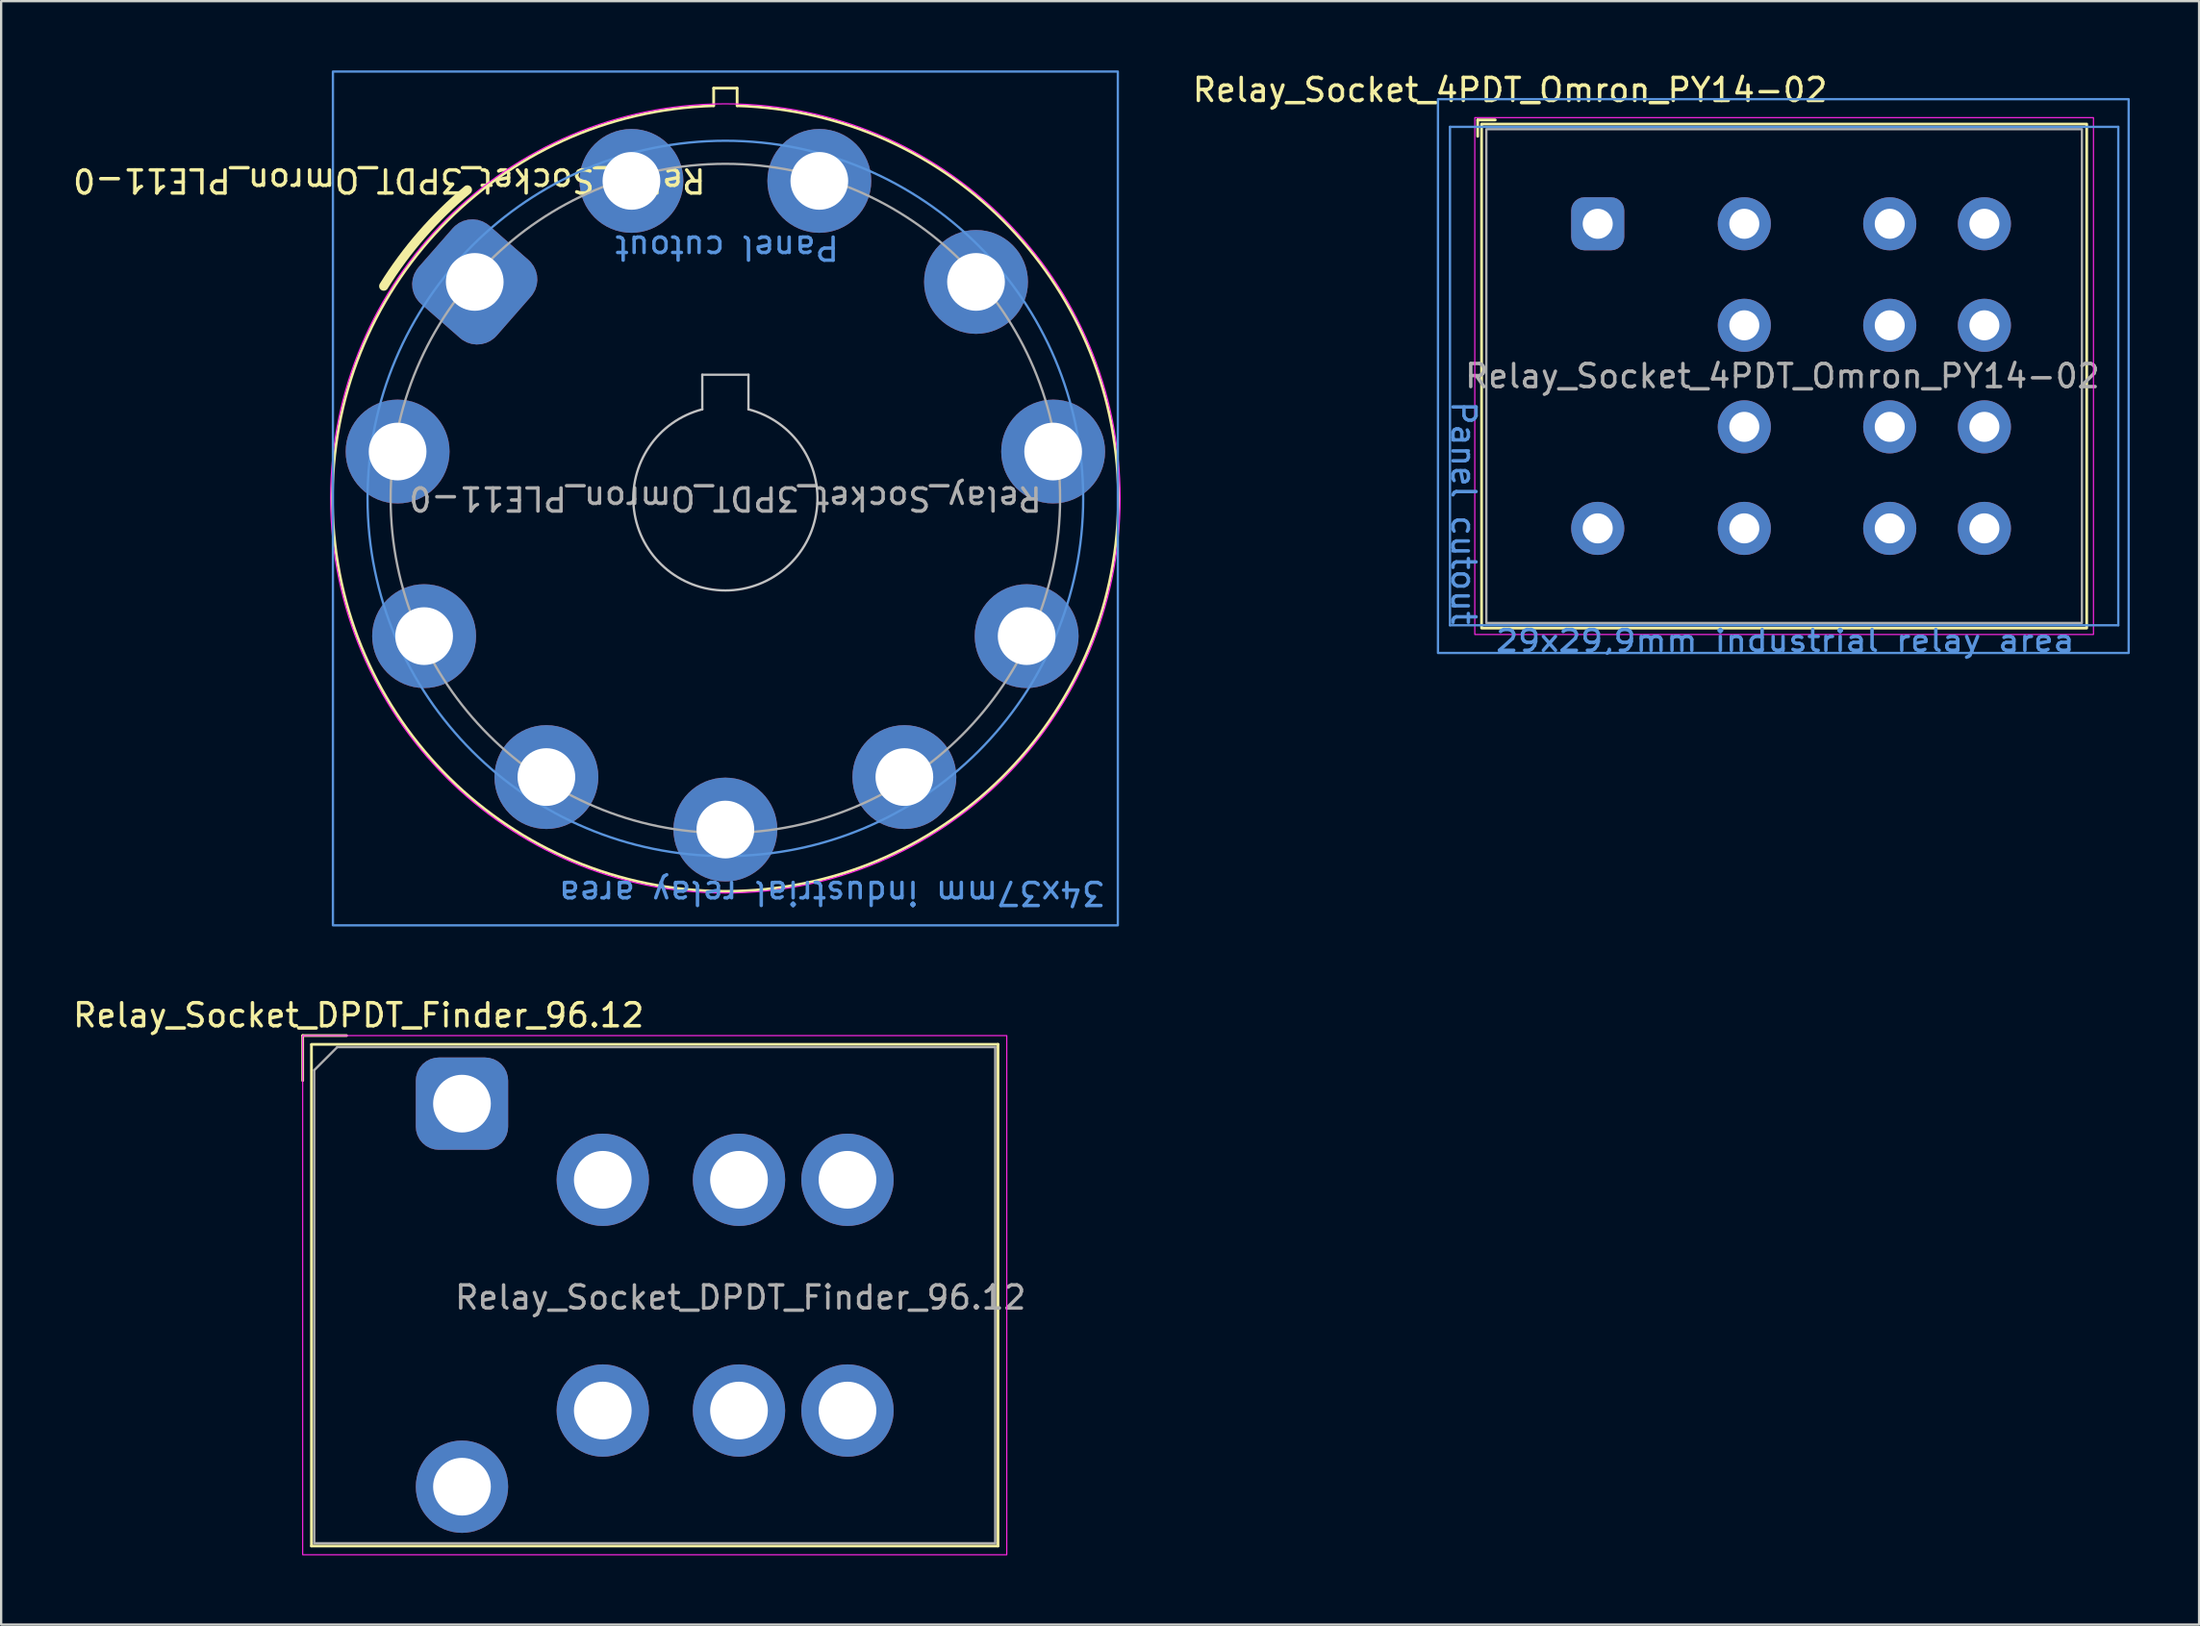
<source format=kicad_pcb>
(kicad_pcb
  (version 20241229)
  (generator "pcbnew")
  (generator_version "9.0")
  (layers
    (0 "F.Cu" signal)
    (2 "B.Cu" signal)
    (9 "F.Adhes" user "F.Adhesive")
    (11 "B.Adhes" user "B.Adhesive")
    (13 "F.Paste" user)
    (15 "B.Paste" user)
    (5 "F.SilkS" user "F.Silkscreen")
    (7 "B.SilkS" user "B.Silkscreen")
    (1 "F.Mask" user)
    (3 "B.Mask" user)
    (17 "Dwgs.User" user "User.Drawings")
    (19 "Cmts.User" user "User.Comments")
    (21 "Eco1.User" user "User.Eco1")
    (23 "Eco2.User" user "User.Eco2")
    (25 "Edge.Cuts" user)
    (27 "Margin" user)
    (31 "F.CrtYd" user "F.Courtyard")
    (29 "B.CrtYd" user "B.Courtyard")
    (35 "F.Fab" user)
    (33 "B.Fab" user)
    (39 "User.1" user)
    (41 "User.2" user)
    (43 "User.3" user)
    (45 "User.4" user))
  (footprint "Relay_Socket_DPDT_Finder_96.12"
    (layer "F.Cu")
    (at 16.962 44.778)
    (property "Reference" "Relay_Socket_DPDT_Finder_96.12" (at -4.48 -3.83 180) (layer "F.SilkS") (effects (font (size 1 1) (thickness 0.15))))
    (attr through_hole)
    (fp_line (start -6.9 -2.95) (end -5 -2.95) (stroke (width 0.12) (type solid)) (layer "F.SilkS"))
    (fp_line (start -6.9 -1) (end -6.9 -2.95) (stroke (width 0.12) (type solid)) (layer "F.SilkS"))
    (fp_line (start -6.52 -2.57) (end 23.22 -2.57) (stroke (width 0.12) (type solid)) (layer "F.SilkS"))
    (fp_line (start -6.52 -2.55) (end -6.52 19.17) (stroke (width 0.12) (type solid)) (layer "F.SilkS"))
    (fp_line (start -6.52 19.17) (end 23.22 19.17) (stroke (width 0.12) (type solid)) (layer "F.SilkS"))
    (fp_line (start 23.22 -2.57) (end 23.22 19.17) (stroke (width 0.12) (type solid)) (layer "F.SilkS"))
    (fp_rect (start -6.9 -2.95) (end 23.6 19.55) (stroke (width 0.05) (type default)) (fill no) (layer "F.CrtYd"))
    (fp_line (start -6.4 -1.45) (end -6.4 19.05) (stroke (width 0.1) (type solid)) (layer "F.Fab"))
    (fp_line (start -6.4 -1.45) (end -5.4 -2.45) (stroke (width 0.1) (type solid)) (layer "F.Fab"))
    (fp_line (start -5.4 -2.45) (end 23.1 -2.45) (stroke (width 0.1) (type solid)) (layer "F.Fab"))
    (fp_line (start 23.1 -2.45) (end 23.1 19.05) (stroke (width 0.1) (type solid)) (layer "F.Fab"))
    (fp_line (start 23.1 19.05) (end -6.4 19.05) (stroke (width 0.1) (type solid)) (layer "F.Fab"))
    (fp_text user "${REFERENCE}" (at 12.065 8.4 0) (layer "F.Fab") (effects (font (size 1 1) (thickness 0.15))))
    (pad "11" thru_hole circle (at 6.1 3.3) (size 4 4) (drill 2.5) (layers "*.Cu" "*.Mask"))
    (pad "12" thru_hole circle (at 16.7 3.3) (size 4 4) (drill 2.5) (layers "*.Cu" "*.Mask"))
    (pad "14" thru_hole circle (at 12 3.3) (size 4 4) (drill 2.5) (layers "*.Cu" "*.Mask"))
    (pad "21" thru_hole circle (at 6.1 13.3) (size 4 4) (drill 2.5) (layers "*.Cu" "*.Mask"))
    (pad "22" thru_hole circle (at 16.7 13.3) (size 4 4) (drill 2.5) (layers "*.Cu" "*.Mask"))
    (pad "24" thru_hole circle (at 12 13.3) (size 4 4) (drill 2.5) (layers "*.Cu" "*.Mask"))
    (pad "A1" thru_hole roundrect (at 0 0) (size 4 4) (drill 2.5) (layers "*.Cu" "*.Mask") (roundrect_rratio 0.25))
    (pad "A2" thru_hole circle (at 0 16.6) (size 4 4) (drill 2.5) (layers "*.Cu" "*.Mask")))
  (footprint "Relay_Socket_4PDT_Omron_PY14-02"
    (layer "F.Cu")
    (at 66.161 6.648)
    (property "Reference" "Relay_Socket_4PDT_Omron_PY14-02" (at -3.8 -5.8 0) (unlocked yes) (layer "F.SilkS") (effects (font (size 1 1) (thickness 0.15))))
    (attr through_hole)
    (fp_line (start -5.2 -4.5) (end -4.438 -4.5) (stroke (width 0.12) (type default)) (layer "F.SilkS"))
    (fp_line (start -5.2 -3.789) (end -5.2 -4.5) (stroke (width 0.12) (type default)) (layer "F.SilkS"))
    (fp_rect (start 21.182 -4.322) (end -5.031 17.522) (stroke (width 0.12) (type default)) (fill no) (layer "F.SilkS"))
    (fp_line (start -6.4 -4.2) (end -6.4 17.4) (stroke (width 0.1) (type default)) (layer "Cmts.User"))
    (fp_line (start 22.55 -4.2) (end -6.4 -4.2) (stroke (width 0.1) (type default)) (layer "Cmts.User"))
    (fp_line (start 22.55 -4.2) (end 22.55 17.4) (stroke (width 0.1) (type default)) (layer "Cmts.User"))
    (fp_line (start 22.55 17.4) (end -6.4 17.4) (stroke (width 0.1) (type default)) (layer "Cmts.User"))
    (fp_rect (start 23 -5.4) (end -6.92 18.6) (stroke (width 0.1) (type default)) (fill no) (layer "Cmts.User"))
    (fp_rect (start 21.475 -4.6) (end -5.325 17.8) (stroke (width 0.05) (type default)) (fill no) (layer "F.CrtYd"))
    (fp_rect (start 20.975 -4.1) (end -4.825 17.3) (stroke (width 0.1) (type default)) (fill no) (layer "F.Fab"))
    (fp_text user "Panel cutout" (at -6.4 7.6 270) (unlocked yes) (layer "Cmts.User") (effects (font (size 1 1) (thickness 0.15)) (justify left bottom)))
    (fp_text user "29x29,9mm industrial relay area" (at -4.5 18.6 0) (unlocked yes) (layer "Cmts.User") (effects (font (size 0.9 1) (thickness 0.15)) (justify left bottom)))
    (fp_text user "${REFERENCE}" (at 8 6.6 0) (unlocked yes) (layer "F.Fab") (effects (font (size 1 1) (thickness 0.15))))
    (pad "11" thru_hole circle (at 6.35 13.2 270) (size 2.3 2.3) (drill 1.3) (layers "*.Cu" "*.Mask"))
    (pad "12" thru_hole circle (at 16.75 13.2 270) (size 2.3 2.3) (drill 1.3) (layers "*.Cu" "*.Mask"))
    (pad "14" thru_hole circle (at 12.65 13.2 270) (size 2.3 2.3) (drill 1.3) (layers "*.Cu" "*.Mask"))
    (pad "21" thru_hole circle (at 6.35 8.8 270) (size 2.3 2.3) (drill 1.3) (layers "*.Cu" "*.Mask"))
    (pad "22" thru_hole circle (at 16.75 8.8 270) (size 2.3 2.3) (drill 1.3) (layers "*.Cu" "*.Mask"))
    (pad "24" thru_hole circle (at 12.65 8.8 270) (size 2.3 2.3) (drill 1.3) (layers "*.Cu" "*.Mask"))
    (pad "31" thru_hole circle (at 6.35 4.4 270) (size 2.3 2.3) (drill 1.3) (layers "*.Cu" "*.Mask"))
    (pad "32" thru_hole circle (at 16.75 4.4 270) (size 2.3 2.3) (drill 1.3) (layers "*.Cu" "*.Mask"))
    (pad "34" thru_hole circle (at 12.65 4.4 270) (size 2.3 2.3) (drill 1.3) (layers "*.Cu" "*.Mask"))
    (pad "41" thru_hole circle (at 6.35 0 270) (size 2.3 2.3) (drill 1.3) (layers "*.Cu" "*.Mask"))
    (pad "42" thru_hole circle (at 16.75 0 270) (size 2.3 2.3) (drill 1.3) (layers "*.Cu" "*.Mask"))
    (pad "44" thru_hole circle (at 12.65 0 270) (size 2.3 2.3) (drill 1.3) (layers "*.Cu" "*.Mask"))
    (pad "A1" thru_hole roundrect (at 0 0 270) (size 2.3 2.3) (drill 1.3) (layers "*.Cu" "*.Mask") (roundrect_rratio 0.25))
    (pad "A2" thru_hole circle (at 0 13.2 270) (size 2.3 2.3) (drill 1.3) (layers "*.Cu" "*.Mask")))
  (footprint "Relay_Socket_3PDT_Omron_PLE11-0"
    (layer "F.Cu")
    (at 17.515 9.167)
    (property "Reference" "Relay_Socket_3PDT_Omron_PLE11-0" (at -3.7 -4.4 180) (unlocked yes) (layer "F.SilkS") (effects (font (size 1 1) (thickness 0.15))))
    (attr through_hole)
    (fp_line (start 10.35 -8.397) (end 10.35 -7.635) (stroke (width 0.12) (type solid)) (layer "F.SilkS"))
    (fp_line (start 11.366 -8.397) (end 10.35 -8.397) (stroke (width 0.12) (type solid)) (layer "F.SilkS"))
    (fp_line (start 11.366 -7.635) (end 11.366 -8.397) (stroke (width 0.12) (type solid)) (layer "F.SilkS"))
    (fp_arc (start -3.942499 0.1828) (mid -2.296737 -2.047248) (end -0.318237 -3.988171) (stroke (width 0.4) (type default)) (layer "F.SilkS"))
    (fp_arc (start 11.3655 -7.6352) (mid 10.8575 26.40838) (end 10.3495 -7.6352) (stroke (width 0.12) (type solid)) (layer "F.SilkS"))
    (fp_line (start 9.857 4.022) (end 9.857 5.522) (stroke (width 0.1) (type solid)) (layer "Dwgs.User"))
    (fp_line (start 11.857 4.022) (end 9.857 4.022) (stroke (width 0.1) (type solid)) (layer "Dwgs.User"))
    (fp_line (start 11.857 5.522) (end 11.857 4.022) (stroke (width 0.1) (type solid)) (layer "Dwgs.User"))
    (fp_arc (start 11.8575 5.522001) (mid 10.8575 13.371004) (end 9.8575 5.522001) (stroke (width 0.1) (type solid)) (layer "Dwgs.User"))
    (fp_rect (start -6.143 -9.117) (end 27.858 27.883) (stroke (width 0.1) (type default)) (fill no) (layer "Cmts.User"))
    (fp_circle (center 10.857 9.383) (end -4.643 9.383) (stroke (width 0.1) (type default)) (fill no) (layer "Cmts.User"))
    (fp_circle (center 10.857 9.383) (end 27.957 9.383) (stroke (width 0.05) (type default)) (fill no) (layer "F.CrtYd"))
    (fp_circle (center 10.857 9.383) (end -3.643 9.383) (stroke (width 0.1) (type default)) (fill no) (layer "F.Fab"))
    (fp_arc (start 9.865178 5.293058) (mid 10.857652 4.184376) (end 11.849793 5.293356) (stroke (width 0.1) (type default)) (layer "User.2"))
    (fp_arc (start 11.849793 5.293356) (mid 10.85632 13.590911) (end 9.867501 5.2928) (stroke (width 0.1) (type default)) (layer "User.2"))
    (fp_text user "34x37mm industrial relay area" (at 27.367 25.893 180) (unlocked yes) (layer "Cmts.User") (effects (font (size 1 1) (thickness 0.15)) (justify left bottom)))
    (fp_text user "Panel cutout" (at 15.861 -2.073 180) (unlocked yes) (layer "Cmts.User") (effects (font (size 1 1) (thickness 0.15)) (justify left bottom)))
    (fp_text user "${REFERENCE}" (at 10.857 9.383 180) (unlocked yes) (layer "F.Fab") (effects (font (size 1 1) (thickness 0.15))))
    (fp_text user "Relay Pin" (at 14.457 10.383 180) (unlocked yes) (layer "User.2") (effects (font (size 1 1) (thickness 0.15)) (justify left bottom)))
    (pad "11" thru_hole circle (at 6.788 -4.378 180) (size 4.5 4.5) (drill 2.5) (layers "*.Cu" "*.Mask"))
    (pad "12" thru_hole circle (at -2.193 15.35 180) (size 4.5 4.5) (drill 2.5) (layers "*.Cu" "*.Mask"))
    (pad "14" thru_hole circle (at -3.341 7.351 180) (size 4.5 4.5) (drill 2.5) (layers "*.Cu" "*.Mask"))
    (pad "21" thru_hole circle (at 10.857 23.733 180) (size 4.5 4.5) (drill 2.5) (layers "*.Cu" "*.Mask"))
    (pad "22" thru_hole circle (at 3.104 21.458 180) (size 4.5 4.5) (drill 2.5) (layers "*.Cu" "*.Mask"))
    (pad "24" thru_hole circle (at 18.611 21.458 180) (size 4.5 4.5) (drill 2.5) (layers "*.Cu" "*.Mask"))
    (pad "31" thru_hole circle (at 14.927 -4.378 180) (size 4.5 4.5) (drill 2.5) (layers "*.Cu" "*.Mask"))
    (pad "32" thru_hole circle (at 23.908 15.35 180) (size 4.5 4.5) (drill 2.5) (layers "*.Cu" "*.Mask"))
    (pad "34" thru_hole circle (at 25.056 7.351 180) (size 4.5 4.5) (drill 2.5) (layers "*.Cu" "*.Mask"))
    (pad "A1" thru_hole roundrect (at 0 0 138.8) (size 4.5 4.5) (drill 2.5) (layers "*.Cu" "*.Mask") (roundrect_rratio 0.25))
    (pad "A2" thru_hole circle (at 21.715 0 180) (size 4.5 4.5) (drill 2.5) (layers "*.Cu" "*.Mask")))
  (gr_rect
    (start -3 -3)
    (end 92.211 67.353)
    (stroke (width 0.1) (type default))
    (fill no)
    (layer "Edge.Cuts")))
</source>
